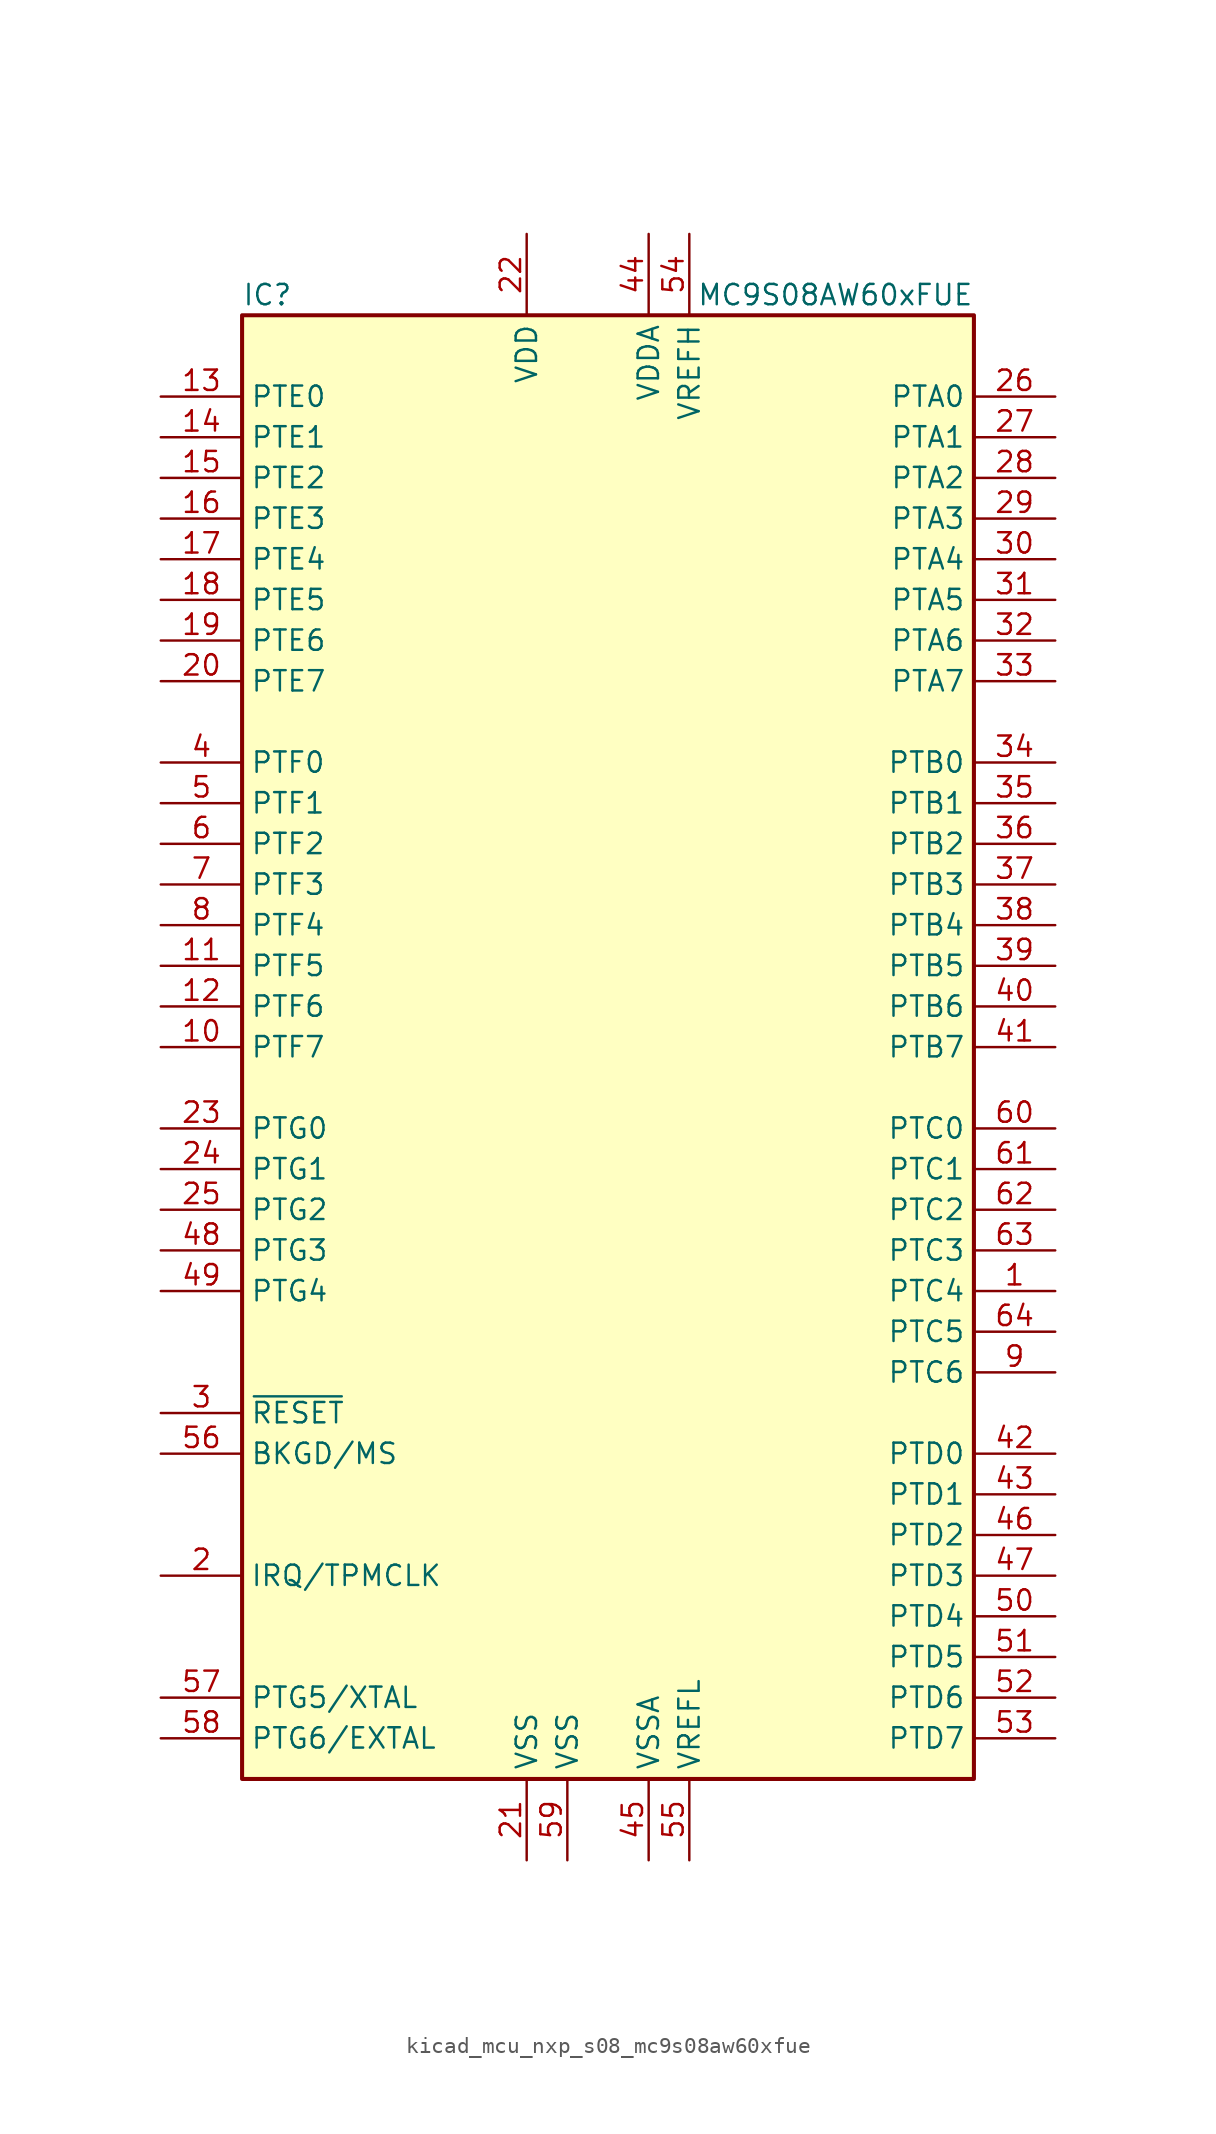
<source format=kicad_sym>
(kicad_symbol_lib
  (version 20220914)
  (generator kicad_symbol_editor)
  (symbol "kicad_mcu_nxp_s08_mc9s08aw60xfue"
    (property "Reference" "IC"
      (at -22.86 46.99 0)
      (effects (font (size 1.27 1.27)) (justify left)))
    (property "Value" "MC9S08AW60xFUE"
      (at 22.86 46.99 0)
      (effects (font (size 1.27 1.27)) (justify right)))
    (symbol "kicad_mcu_nxp_s08_mc9s08aw60xfue_0_1"
      (rectangle (start -22.86 45.72) (end 22.86 -45.72) (stroke (width 0.254) (type default)) (fill (type background))))
    (symbol "kicad_mcu_nxp_s08_mc9s08aw60xfue_1_1"
      (pin bidirectional line (at 27.94 -15.24 180) (length 5.08) (name "PTC4" (effects (font (size 1.27 1.27)))) (number "1" (effects (font (size 1.27 1.27)))))
      (pin bidirectional line (at -27.94 0 0) (length 5.08) (name "PTF7" (effects (font (size 1.27 1.27)))) (number "10" (effects (font (size 1.27 1.27)))))
      (pin bidirectional line (at -27.94 5.08 0) (length 5.08) (name "PTF5" (effects (font (size 1.27 1.27)))) (number "11" (effects (font (size 1.27 1.27)))))
      (pin bidirectional line (at -27.94 2.54 0) (length 5.08) (name "PTF6" (effects (font (size 1.27 1.27)))) (number "12" (effects (font (size 1.27 1.27)))))
      (pin bidirectional line (at -27.94 40.64 0) (length 5.08) (name "PTE0" (effects (font (size 1.27 1.27)))) (number "13" (effects (font (size 1.27 1.27)))))
      (pin bidirectional line (at -27.94 38.1 0) (length 5.08) (name "PTE1" (effects (font (size 1.27 1.27)))) (number "14" (effects (font (size 1.27 1.27)))))
      (pin bidirectional line (at -27.94 35.56 0) (length 5.08) (name "PTE2" (effects (font (size 1.27 1.27)))) (number "15" (effects (font (size 1.27 1.27)))))
      (pin bidirectional line (at -27.94 33.02 0) (length 5.08) (name "PTE3" (effects (font (size 1.27 1.27)))) (number "16" (effects (font (size 1.27 1.27)))))
      (pin bidirectional line (at -27.94 30.48 0) (length 5.08) (name "PTE4" (effects (font (size 1.27 1.27)))) (number "17" (effects (font (size 1.27 1.27)))))
      (pin bidirectional line (at -27.94 27.94 0) (length 5.08) (name "PTE5" (effects (font (size 1.27 1.27)))) (number "18" (effects (font (size 1.27 1.27)))))
      (pin bidirectional line (at -27.94 25.4 0) (length 5.08) (name "PTE6" (effects (font (size 1.27 1.27)))) (number "19" (effects (font (size 1.27 1.27)))))
      (pin input line (at -27.94 -33.02 0) (length 5.08) (name "IRQ/TPMCLK" (effects (font (size 1.27 1.27)))) (number "2" (effects (font (size 1.27 1.27)))))
      (pin bidirectional line (at -27.94 22.86 0) (length 5.08) (name "PTE7" (effects (font (size 1.27 1.27)))) (number "20" (effects (font (size 1.27 1.27)))))
      (pin power_in line (at -5.08 -50.8 90) (length 5.08) (name "VSS" (effects (font (size 1.27 1.27)))) (number "21" (effects (font (size 1.27 1.27)))))
      (pin power_in line (at -5.08 50.8 270) (length 5.08) (name "VDD" (effects (font (size 1.27 1.27)))) (number "22" (effects (font (size 1.27 1.27)))))
      (pin bidirectional line (at -27.94 -5.08 0) (length 5.08) (name "PTG0" (effects (font (size 1.27 1.27)))) (number "23" (effects (font (size 1.27 1.27)))))
      (pin bidirectional line (at -27.94 -7.62 0) (length 5.08) (name "PTG1" (effects (font (size 1.27 1.27)))) (number "24" (effects (font (size 1.27 1.27)))))
      (pin bidirectional line (at -27.94 -10.16 0) (length 5.08) (name "PTG2" (effects (font (size 1.27 1.27)))) (number "25" (effects (font (size 1.27 1.27)))))
      (pin bidirectional line (at 27.94 40.64 180) (length 5.08) (name "PTA0" (effects (font (size 1.27 1.27)))) (number "26" (effects (font (size 1.27 1.27)))))
      (pin bidirectional line (at 27.94 38.1 180) (length 5.08) (name "PTA1" (effects (font (size 1.27 1.27)))) (number "27" (effects (font (size 1.27 1.27)))))
      (pin bidirectional line (at 27.94 35.56 180) (length 5.08) (name "PTA2" (effects (font (size 1.27 1.27)))) (number "28" (effects (font (size 1.27 1.27)))))
      (pin bidirectional line (at 27.94 33.02 180) (length 5.08) (name "PTA3" (effects (font (size 1.27 1.27)))) (number "29" (effects (font (size 1.27 1.27)))))
      (pin input line (at -27.94 -22.86 0) (length 5.08) (name "~{RESET}" (effects (font (size 1.27 1.27)))) (number "3" (effects (font (size 1.27 1.27)))))
      (pin bidirectional line (at 27.94 30.48 180) (length 5.08) (name "PTA4" (effects (font (size 1.27 1.27)))) (number "30" (effects (font (size 1.27 1.27)))))
      (pin bidirectional line (at 27.94 27.94 180) (length 5.08) (name "PTA5" (effects (font (size 1.27 1.27)))) (number "31" (effects (font (size 1.27 1.27)))))
      (pin bidirectional line (at 27.94 25.4 180) (length 5.08) (name "PTA6" (effects (font (size 1.27 1.27)))) (number "32" (effects (font (size 1.27 1.27)))))
      (pin bidirectional line (at 27.94 22.86 180) (length 5.08) (name "PTA7" (effects (font (size 1.27 1.27)))) (number "33" (effects (font (size 1.27 1.27)))))
      (pin bidirectional line (at 27.94 17.78 180) (length 5.08) (name "PTB0" (effects (font (size 1.27 1.27)))) (number "34" (effects (font (size 1.27 1.27)))))
      (pin bidirectional line (at 27.94 15.24 180) (length 5.08) (name "PTB1" (effects (font (size 1.27 1.27)))) (number "35" (effects (font (size 1.27 1.27)))))
      (pin bidirectional line (at 27.94 12.7 180) (length 5.08) (name "PTB2" (effects (font (size 1.27 1.27)))) (number "36" (effects (font (size 1.27 1.27)))))
      (pin bidirectional line (at 27.94 10.16 180) (length 5.08) (name "PTB3" (effects (font (size 1.27 1.27)))) (number "37" (effects (font (size 1.27 1.27)))))
      (pin bidirectional line (at 27.94 7.62 180) (length 5.08) (name "PTB4" (effects (font (size 1.27 1.27)))) (number "38" (effects (font (size 1.27 1.27)))))
      (pin bidirectional line (at 27.94 5.08 180) (length 5.08) (name "PTB5" (effects (font (size 1.27 1.27)))) (number "39" (effects (font (size 1.27 1.27)))))
      (pin bidirectional line (at -27.94 17.78 0) (length 5.08) (name "PTF0" (effects (font (size 1.27 1.27)))) (number "4" (effects (font (size 1.27 1.27)))))
      (pin bidirectional line (at 27.94 2.54 180) (length 5.08) (name "PTB6" (effects (font (size 1.27 1.27)))) (number "40" (effects (font (size 1.27 1.27)))))
      (pin bidirectional line (at 27.94 0 180) (length 5.08) (name "PTB7" (effects (font (size 1.27 1.27)))) (number "41" (effects (font (size 1.27 1.27)))))
      (pin bidirectional line (at 27.94 -25.4 180) (length 5.08) (name "PTD0" (effects (font (size 1.27 1.27)))) (number "42" (effects (font (size 1.27 1.27)))))
      (pin bidirectional line (at 27.94 -27.94 180) (length 5.08) (name "PTD1" (effects (font (size 1.27 1.27)))) (number "43" (effects (font (size 1.27 1.27)))))
      (pin power_in line (at 2.54 50.8 270) (length 5.08) (name "VDDA" (effects (font (size 1.27 1.27)))) (number "44" (effects (font (size 1.27 1.27)))))
      (pin power_in line (at 2.54 -50.8 90) (length 5.08) (name "VSSA" (effects (font (size 1.27 1.27)))) (number "45" (effects (font (size 1.27 1.27)))))
      (pin bidirectional line (at 27.94 -30.48 180) (length 5.08) (name "PTD2" (effects (font (size 1.27 1.27)))) (number "46" (effects (font (size 1.27 1.27)))))
      (pin bidirectional line (at 27.94 -33.02 180) (length 5.08) (name "PTD3" (effects (font (size 1.27 1.27)))) (number "47" (effects (font (size 1.27 1.27)))))
      (pin bidirectional line (at -27.94 -12.7 0) (length 5.08) (name "PTG3" (effects (font (size 1.27 1.27)))) (number "48" (effects (font (size 1.27 1.27)))))
      (pin bidirectional line (at -27.94 -15.24 0) (length 5.08) (name "PTG4" (effects (font (size 1.27 1.27)))) (number "49" (effects (font (size 1.27 1.27)))))
      (pin bidirectional line (at -27.94 15.24 0) (length 5.08) (name "PTF1" (effects (font (size 1.27 1.27)))) (number "5" (effects (font (size 1.27 1.27)))))
      (pin bidirectional line (at 27.94 -35.56 180) (length 5.08) (name "PTD4" (effects (font (size 1.27 1.27)))) (number "50" (effects (font (size 1.27 1.27)))))
      (pin bidirectional line (at 27.94 -38.1 180) (length 5.08) (name "PTD5" (effects (font (size 1.27 1.27)))) (number "51" (effects (font (size 1.27 1.27)))))
      (pin bidirectional line (at 27.94 -40.64 180) (length 5.08) (name "PTD6" (effects (font (size 1.27 1.27)))) (number "52" (effects (font (size 1.27 1.27)))))
      (pin bidirectional line (at 27.94 -43.18 180) (length 5.08) (name "PTD7" (effects (font (size 1.27 1.27)))) (number "53" (effects (font (size 1.27 1.27)))))
      (pin power_in line (at 5.08 50.8 270) (length 5.08) (name "VREFH" (effects (font (size 1.27 1.27)))) (number "54" (effects (font (size 1.27 1.27)))))
      (pin power_in line (at 5.08 -50.8 90) (length 5.08) (name "VREFL" (effects (font (size 1.27 1.27)))) (number "55" (effects (font (size 1.27 1.27)))))
      (pin bidirectional line (at -27.94 -25.4 0) (length 5.08) (name "BKGD/MS" (effects (font (size 1.27 1.27)))) (number "56" (effects (font (size 1.27 1.27)))))
      (pin bidirectional line (at -27.94 -40.64 0) (length 5.08) (name "PTG5/XTAL" (effects (font (size 1.27 1.27)))) (number "57" (effects (font (size 1.27 1.27)))))
      (pin bidirectional line (at -27.94 -43.18 0) (length 5.08) (name "PTG6/EXTAL" (effects (font (size 1.27 1.27)))) (number "58" (effects (font (size 1.27 1.27)))))
      (pin power_in line (at -2.54 -50.8 90) (length 5.08) (name "VSS" (effects (font (size 1.27 1.27)))) (number "59" (effects (font (size 1.27 1.27)))))
      (pin bidirectional line (at -27.94 12.7 0) (length 5.08) (name "PTF2" (effects (font (size 1.27 1.27)))) (number "6" (effects (font (size 1.27 1.27)))))
      (pin bidirectional line (at 27.94 -5.08 180) (length 5.08) (name "PTC0" (effects (font (size 1.27 1.27)))) (number "60" (effects (font (size 1.27 1.27)))))
      (pin bidirectional line (at 27.94 -7.62 180) (length 5.08) (name "PTC1" (effects (font (size 1.27 1.27)))) (number "61" (effects (font (size 1.27 1.27)))))
      (pin bidirectional line (at 27.94 -10.16 180) (length 5.08) (name "PTC2" (effects (font (size 1.27 1.27)))) (number "62" (effects (font (size 1.27 1.27)))))
      (pin bidirectional line (at 27.94 -12.7 180) (length 5.08) (name "PTC3" (effects (font (size 1.27 1.27)))) (number "63" (effects (font (size 1.27 1.27)))))
      (pin bidirectional line (at 27.94 -17.78 180) (length 5.08) (name "PTC5" (effects (font (size 1.27 1.27)))) (number "64" (effects (font (size 1.27 1.27)))))
      (pin bidirectional line (at -27.94 10.16 0) (length 5.08) (name "PTF3" (effects (font (size 1.27 1.27)))) (number "7" (effects (font (size 1.27 1.27)))))
      (pin bidirectional line (at -27.94 7.62 0) (length 5.08) (name "PTF4" (effects (font (size 1.27 1.27)))) (number "8" (effects (font (size 1.27 1.27)))))
      (pin bidirectional line (at 27.94 -20.32 180) (length 5.08) (name "PTC6" (effects (font (size 1.27 1.27)))) (number "9" (effects (font (size 1.27 1.27))))))))
</source>
